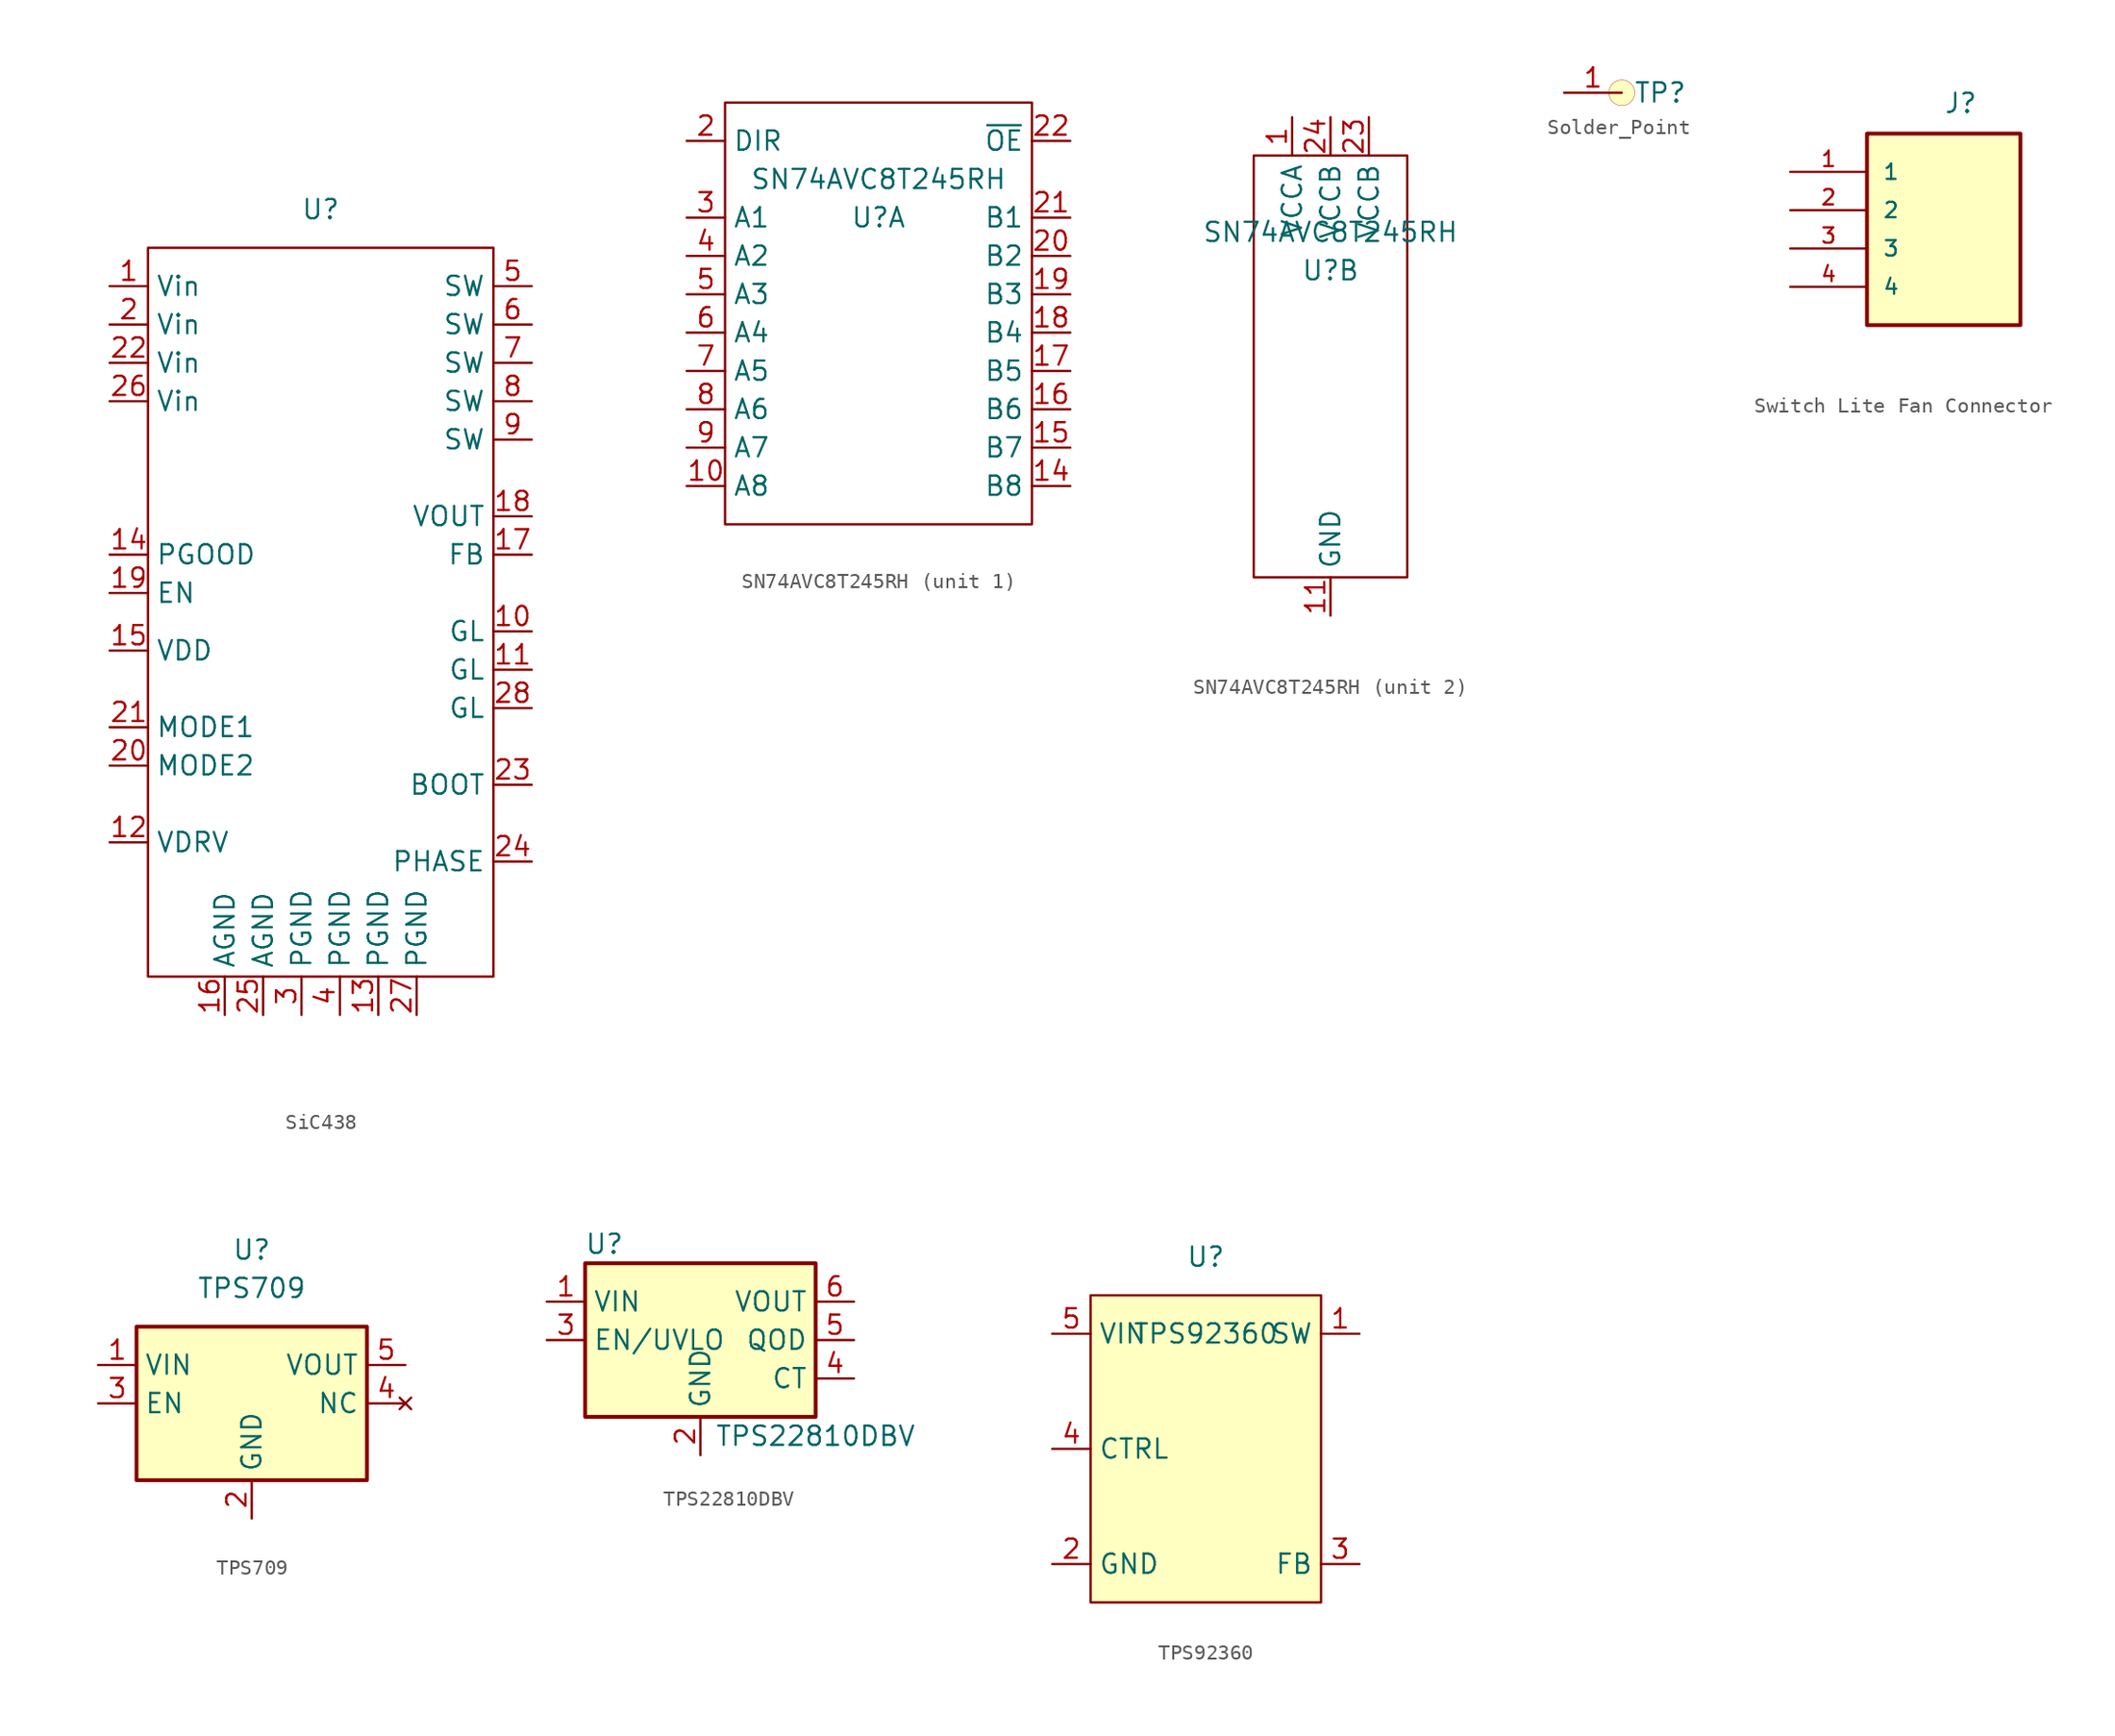
<source format=kicad_sym>
(kicad_symbol_lib
  (version 20220914)
  (generator kicad_symbol_editor)
  (symbol "SiC438"
    (property "Reference" "U"
      (at 0 12.7 0)
      (effects (font (size 1.27 1.27))))
    (property "Value" ""
      (at 0 16.51 0)
      (effects (font (size 1.27 1.27))))
    (symbol "SiC438_0_1"
      (rectangle (start -11.43 10.16) (end 11.43 -38.1) (stroke (width 0) (type default)) (fill (type none))))
    (symbol "SiC438_1_1"
      (pin input line (at -13.97 7.62 0) (length 2.54) (name "Vin" (effects (font (size 1.27 1.27)))) (number "1" (effects (font (size 1.27 1.27)))))
      (pin output line (at 13.97 -15.24 180) (length 2.54) (name "GL" (effects (font (size 1.27 1.27)))) (number "10" (effects (font (size 1.27 1.27)))))
      (pin output line (at 13.97 -17.78 180) (length 2.54) (name "GL" (effects (font (size 1.27 1.27)))) (number "11" (effects (font (size 1.27 1.27)))))
      (pin passive line (at -13.97 -29.21 0) (length 2.54) (name "VDRV" (effects (font (size 1.27 1.27)))) (number "12" (effects (font (size 1.27 1.27)))))
      (pin passive line (at 3.81 -40.64 90) (length 2.54) (name "PGND" (effects (font (size 1.27 1.27)))) (number "13" (effects (font (size 1.27 1.27)))))
      (pin open_collector line (at -13.97 -10.16 0) (length 2.54) (name "PGOOD" (effects (font (size 1.27 1.27)))) (number "14" (effects (font (size 1.27 1.27)))))
      (pin power_in line (at -13.97 -16.51 0) (length 2.54) (name "VDD" (effects (font (size 1.27 1.27)))) (number "15" (effects (font (size 1.27 1.27)))))
      (pin passive line (at -6.35 -40.64 90) (length 2.54) (name "AGND" (effects (font (size 1.27 1.27)))) (number "16" (effects (font (size 1.27 1.27)))))
      (pin input line (at 13.97 -10.16 180) (length 2.54) (name "FB" (effects (font (size 1.27 1.27)))) (number "17" (effects (font (size 1.27 1.27)))))
      (pin input line (at 13.97 -7.62 180) (length 2.54) (name "VOUT" (effects (font (size 1.27 1.27)))) (number "18" (effects (font (size 1.27 1.27)))))
      (pin input line (at -13.97 -12.7 0) (length 2.54) (name "EN" (effects (font (size 1.27 1.27)))) (number "19" (effects (font (size 1.27 1.27)))))
      (pin input line (at -13.97 5.08 0) (length 2.54) (name "Vin" (effects (font (size 1.27 1.27)))) (number "2" (effects (font (size 1.27 1.27)))))
      (pin input line (at -13.97 -24.13 0) (length 2.54) (name "MODE2" (effects (font (size 1.27 1.27)))) (number "20" (effects (font (size 1.27 1.27)))))
      (pin input line (at -13.97 -21.59 0) (length 2.54) (name "MODE1" (effects (font (size 1.27 1.27)))) (number "21" (effects (font (size 1.27 1.27)))))
      (pin input line (at -13.97 2.54 0) (length 2.54) (name "Vin" (effects (font (size 1.27 1.27)))) (number "22" (effects (font (size 1.27 1.27)))))
      (pin passive line (at 13.97 -25.4 180) (length 2.54) (name "BOOT" (effects (font (size 1.27 1.27)))) (number "23" (effects (font (size 1.27 1.27)))))
      (pin passive line (at 13.97 -30.48 180) (length 2.54) (name "PHASE" (effects (font (size 1.27 1.27)))) (number "24" (effects (font (size 1.27 1.27)))))
      (pin passive line (at -3.81 -40.64 90) (length 2.54) (name "AGND" (effects (font (size 1.27 1.27)))) (number "25" (effects (font (size 1.27 1.27)))))
      (pin input line (at -13.97 0 0) (length 2.54) (name "Vin" (effects (font (size 1.27 1.27)))) (number "26" (effects (font (size 1.27 1.27)))))
      (pin passive line (at 6.35 -40.64 90) (length 2.54) (name "PGND" (effects (font (size 1.27 1.27)))) (number "27" (effects (font (size 1.27 1.27)))))
      (pin output line (at 13.97 -20.32 180) (length 2.54) (name "GL" (effects (font (size 1.27 1.27)))) (number "28" (effects (font (size 1.27 1.27)))))
      (pin passive line (at -1.27 -40.64 90) (length 2.54) (name "PGND" (effects (font (size 1.27 1.27)))) (number "3" (effects (font (size 1.27 1.27)))))
      (pin passive line (at 1.27 -40.64 90) (length 2.54) (name "PGND" (effects (font (size 1.27 1.27)))) (number "4" (effects (font (size 1.27 1.27)))))
      (pin output line (at 13.97 7.62 180) (length 2.54) (name "SW" (effects (font (size 1.27 1.27)))) (number "5" (effects (font (size 1.27 1.27)))))
      (pin output line (at 13.97 5.08 180) (length 2.54) (name "SW" (effects (font (size 1.27 1.27)))) (number "6" (effects (font (size 1.27 1.27)))))
      (pin output line (at 13.97 2.54 180) (length 2.54) (name "SW" (effects (font (size 1.27 1.27)))) (number "7" (effects (font (size 1.27 1.27)))))
      (pin output line (at 13.97 0 180) (length 2.54) (name "SW" (effects (font (size 1.27 1.27)))) (number "8" (effects (font (size 1.27 1.27)))))
      (pin output line (at 13.97 -2.54 180) (length 2.54) (name "SW" (effects (font (size 1.27 1.27)))) (number "9" (effects (font (size 1.27 1.27)))))))
  (symbol "SN74AVC8T245RH"
    (property "Reference" "U"
      (at 0 5.08 0)
      (effects (font (size 1.27 1.27))))
    (property "Value" "SN74AVC8T245RH"
      (at 0 7.62 0)
      (effects (font (size 1.27 1.27))))
    (property "ki_locked" ""
      (at 0 0 0)
      (effects (font (size 1.27 1.27))))
    (symbol "SN74AVC8T245RH_1_1"
      (rectangle (start -10.16 12.7) (end 10.16 -15.24) (stroke (width 0) (type default)) (fill (type none)))
      (pin bidirectional line (at -12.7 -12.7 0) (length 2.54) (name "A8" (effects (font (size 1.27 1.27)))) (number "10" (effects (font (size 1.27 1.27)))))
      (pin bidirectional line (at 12.7 -12.7 180) (length 2.54) (name "B8" (effects (font (size 1.27 1.27)))) (number "14" (effects (font (size 1.27 1.27)))))
      (pin bidirectional line (at 12.7 -10.16 180) (length 2.54) (name "B7" (effects (font (size 1.27 1.27)))) (number "15" (effects (font (size 1.27 1.27)))))
      (pin bidirectional line (at 12.7 -7.62 180) (length 2.54) (name "B6" (effects (font (size 1.27 1.27)))) (number "16" (effects (font (size 1.27 1.27)))))
      (pin bidirectional line (at 12.7 -5.08 180) (length 2.54) (name "B5" (effects (font (size 1.27 1.27)))) (number "17" (effects (font (size 1.27 1.27)))))
      (pin bidirectional line (at 12.7 -2.54 180) (length 2.54) (name "B4" (effects (font (size 1.27 1.27)))) (number "18" (effects (font (size 1.27 1.27)))))
      (pin bidirectional line (at 12.7 0 180) (length 2.54) (name "B3" (effects (font (size 1.27 1.27)))) (number "19" (effects (font (size 1.27 1.27)))))
      (pin input line (at -12.7 10.16 0) (length 2.54) (name "DIR" (effects (font (size 1.27 1.27)))) (number "2" (effects (font (size 1.27 1.27)))))
      (pin bidirectional line (at 12.7 2.54 180) (length 2.54) (name "B2" (effects (font (size 1.27 1.27)))) (number "20" (effects (font (size 1.27 1.27)))))
      (pin bidirectional line (at 12.7 5.08 180) (length 2.54) (name "B1" (effects (font (size 1.27 1.27)))) (number "21" (effects (font (size 1.27 1.27)))))
      (pin input line (at 12.7 10.16 180) (length 2.54) (name "~{OE}" (effects (font (size 1.27 1.27)))) (number "22" (effects (font (size 1.27 1.27)))))
      (pin bidirectional line (at -12.7 5.08 0) (length 2.54) (name "A1" (effects (font (size 1.27 1.27)))) (number "3" (effects (font (size 1.27 1.27)))))
      (pin bidirectional line (at -12.7 2.54 0) (length 2.54) (name "A2" (effects (font (size 1.27 1.27)))) (number "4" (effects (font (size 1.27 1.27)))))
      (pin bidirectional line (at -12.7 0 0) (length 2.54) (name "A3" (effects (font (size 1.27 1.27)))) (number "5" (effects (font (size 1.27 1.27)))))
      (pin bidirectional line (at -12.7 -2.54 0) (length 2.54) (name "A4" (effects (font (size 1.27 1.27)))) (number "6" (effects (font (size 1.27 1.27)))))
      (pin bidirectional line (at -12.7 -5.08 0) (length 2.54) (name "A5" (effects (font (size 1.27 1.27)))) (number "7" (effects (font (size 1.27 1.27)))))
      (pin bidirectional line (at -12.7 -7.62 0) (length 2.54) (name "A6" (effects (font (size 1.27 1.27)))) (number "8" (effects (font (size 1.27 1.27)))))
      (pin bidirectional line (at -12.7 -10.16 0) (length 2.54) (name "A7" (effects (font (size 1.27 1.27)))) (number "9" (effects (font (size 1.27 1.27))))))
    (symbol "SN74AVC8T245RH_2_1"
      (rectangle (start -5.08 12.7) (end 5.08 -15.24) (stroke (width 0) (type default)) (fill (type none)))
      (pin power_in line (at -2.54 15.24 270) (length 2.54) (name "VCCA" (effects (font (size 1.27 1.27)))) (number "1" (effects (font (size 1.27 1.27)))))
      (pin power_in line (at 0 -17.78 90) (length 2.54) (name "GND" (effects (font (size 1.27 1.27)))) (number "11" (effects (font (size 1.27 1.27)))))
      (pin passive line (at 0 -17.78 90) (length 2.54) hide (name "GND" (effects (font (size 1.27 1.27)))) (number "12" (effects (font (size 1.27 1.27)))))
      (pin passive line (at 0 -17.78 90) (length 2.54) hide (name "GND" (effects (font (size 1.27 1.27)))) (number "13" (effects (font (size 1.27 1.27)))))
      (pin power_in line (at 2.54 15.24 270) (length 2.54) (name "VCCB" (effects (font (size 1.27 1.27)))) (number "23" (effects (font (size 1.27 1.27)))))
      (pin power_in line (at 0 15.24 270) (length 2.54) (name "VCCB" (effects (font (size 1.27 1.27)))) (number "24" (effects (font (size 1.27 1.27)))))
      (pin passive line (at 0 -17.78 90) (length 2.54) hide (name "GND" (effects (font (size 1.27 1.27)))) (number "25" (effects (font (size 1.27 1.27)))))))
  (symbol "Solder_Point"
    (pin_names
      (offset 1.016) hide)
    (property "Reference" "TP"
      (at 2.54 0 0)
      (effects (font (size 1.27 1.27))))
    (symbol "Solder_Point_0_1"
      (circle (center 0 0) (radius 0.852) (stroke (width 0.001) (type default)) (fill (type background))))
    (symbol "Solder_Point_1_1"
      (pin passive line (at -3.81 0 0) (length 3.81) (name "Pin_1" (effects (font (size 1.27 1.27)))) (number "1" (effects (font (size 1.27 1.27)))))))
  (symbol "Switch Lite Fan Connector"
    (pin_names
      (offset 1.016))
    (property "Reference" "J"
      (at 0 8.89 0)
      (effects (font (size 1.27 1.27)) (justify left bottom)))
    (symbol "Switch Lite Fan Connector_0_0"
      (rectangle (start -5.08 7.62) (end 5.08 -5.08) (stroke (width 0.254) (type default)) (fill (type background)))
      (pin passive line (at -10.16 5.08 0) (length 5.08) (name "1" (effects (font (size 1.016 1.016)))) (number "1" (effects (font (size 1.016 1.016)))))
      (pin passive line (at -10.16 2.54 0) (length 5.08) (name "2" (effects (font (size 1.016 1.016)))) (number "2" (effects (font (size 1.016 1.016)))))
      (pin passive line (at -10.16 0 0) (length 5.08) (name "3" (effects (font (size 1.016 1.016)))) (number "3" (effects (font (size 1.016 1.016)))))
      (pin passive line (at -10.16 -2.54 0) (length 5.08) (name "4" (effects (font (size 1.016 1.016)))) (number "4" (effects (font (size 1.016 1.016))))))
    (symbol "Switch Lite Fan Connector_1_1"
      (pin no_connect line (at 0 -7.62 90) (length 2.54) hide (name "S1" (effects (font (size 1.27 1.27)))) (number "S1" (effects (font (size 1.27 1.27)))))
      (pin no_connect line (at 0 -7.62 90) (length 2.54) hide (name "S2" (effects (font (size 1.27 1.27)))) (number "S2" (effects (font (size 1.27 1.27)))))))
  (symbol "TPS709"
    (property "Reference" "U"
      (at 0 10.16 0)
      (effects (font (size 1.27 1.27))))
    (property "Value" "TPS709"
      (at 0 7.62 0)
      (effects (font (size 1.27 1.27))))
    (symbol "TPS709_0_1"
      (rectangle (start -7.62 5.08) (end 7.62 -5.08) (stroke (width 0.254) (type default)) (fill (type background))))
    (symbol "TPS709_1_1"
      (pin power_in line (at -10.16 2.54 0) (length 2.54) (name "VIN" (effects (font (size 1.27 1.27)))) (number "1" (effects (font (size 1.27 1.27)))))
      (pin power_in line (at 0 -7.62 90) (length 2.54) (name "GND" (effects (font (size 1.27 1.27)))) (number "2" (effects (font (size 1.27 1.27)))))
      (pin input line (at -10.16 0 0) (length 2.54) (name "EN" (effects (font (size 1.27 1.27)))) (number "3" (effects (font (size 1.27 1.27)))))
      (pin no_connect line (at 10.16 0 180) (length 2.54) (name "NC" (effects (font (size 1.27 1.27)))) (number "4" (effects (font (size 1.27 1.27)))))
      (pin power_out line (at 10.16 2.54 180) (length 2.54) (name "VOUT" (effects (font (size 1.27 1.27)))) (number "5" (effects (font (size 1.27 1.27)))))))
  (symbol "TPS22810DBV"
    (property "Reference" "U"
      (at -6.35 6.35 0)
      (effects (font (size 1.27 1.27))))
    (property "Value" "TPS22810DBV"
      (at 7.62 -6.35 0)
      (effects (font (size 1.27 1.27))))
    (symbol "TPS22810DBV_1_1"
      (rectangle (start -7.62 5.08) (end 7.62 -5.08) (stroke (width 0.254) (type default)) (fill (type background)))
      (pin power_in line (at -10.16 2.54 0) (length 2.54) (name "VIN" (effects (font (size 1.27 1.27)))) (number "1" (effects (font (size 1.27 1.27)))))
      (pin power_in line (at 0 -7.62 90) (length 2.54) (name "GND" (effects (font (size 1.27 1.27)))) (number "2" (effects (font (size 1.27 1.27)))))
      (pin input line (at -10.16 0 0) (length 2.54) (name "EN/UVLO" (effects (font (size 1.27 1.27)))) (number "3" (effects (font (size 1.27 1.27)))))
      (pin output line (at 10.16 -2.54 180) (length 2.54) (name "CT" (effects (font (size 1.27 1.27)))) (number "4" (effects (font (size 1.27 1.27)))))
      (pin open_collector line (at 10.16 0 180) (length 2.54) (name "QOD" (effects (font (size 1.27 1.27)))) (number "5" (effects (font (size 1.27 1.27)))))
      (pin power_out line (at 10.16 2.54 180) (length 2.54) (name "VOUT" (effects (font (size 1.27 1.27)))) (number "6" (effects (font (size 1.27 1.27)))))))
  (symbol "TPS92360"
    (property "Reference" "U"
      (at 0 5.08 0)
      (effects (font (size 1.27 1.27))))
    (property "Value" "TPS92360"
      (at 0 0 0)
      (effects (font (size 1.27 1.27))))
    (symbol "TPS92360_1_1"
      (rectangle (start -7.62 2.54) (end 7.62 -17.78) (stroke (width 0) (type default)) (fill (type background)))
      (pin input line (at 10.16 0 180) (length 2.54) (name "SW" (effects (font (size 1.27 1.27)))) (number "1" (effects (font (size 1.27 1.27)))))
      (pin passive line (at -10.16 -15.24 0) (length 2.54) (name "GND" (effects (font (size 1.27 1.27)))) (number "2" (effects (font (size 1.27 1.27)))))
      (pin input line (at 10.16 -15.24 180) (length 2.54) (name "FB" (effects (font (size 1.27 1.27)))) (number "3" (effects (font (size 1.27 1.27)))))
      (pin input line (at -10.16 -7.62 0) (length 2.54) (name "CTRL" (effects (font (size 1.27 1.27)))) (number "4" (effects (font (size 1.27 1.27)))))
      (pin input line (at -10.16 0 0) (length 2.54) (name "VIN" (effects (font (size 1.27 1.27)))) (number "5" (effects (font (size 1.27 1.27))))))))
</source>
